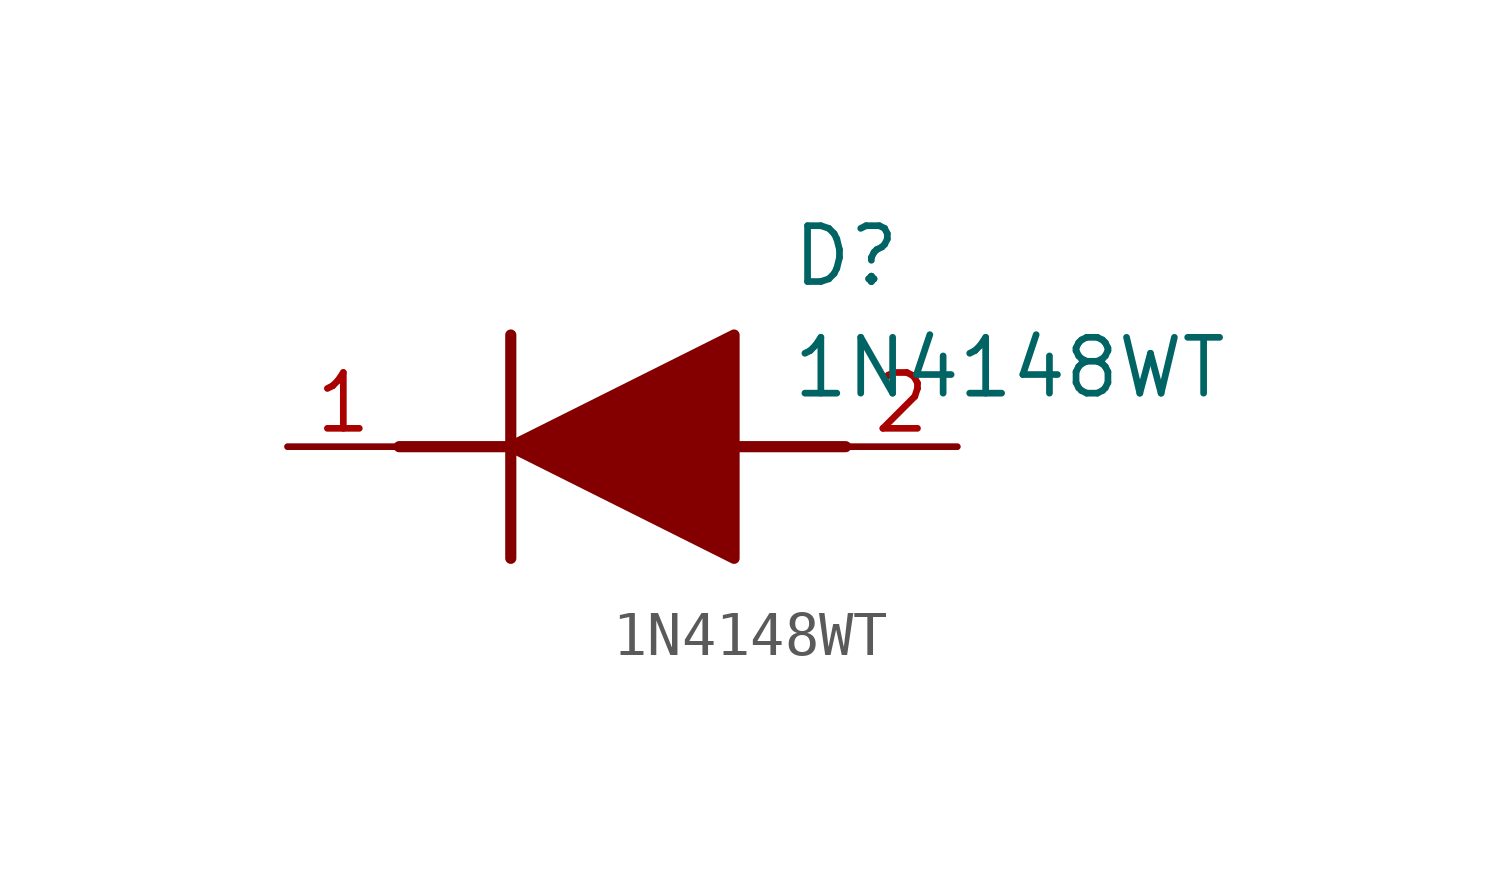
<source format=kicad_sym>
(kicad_symbol_lib
  (version 20211014)
  (generator SamacSys_ECAD_Model)
  (symbol "1N4148WT"
    (pin_names hide)
    (property "Reference" "D"
      (at 11.43 5.08 0)
      (effects (font (size 1.27 1.27)) (justify left top)))
    (property "Value" "1N4148WT"
      (at 11.43 2.54 0)
      (effects (font (size 1.27 1.27)) (justify left top)))
    (polyline
      (pts (xy 5.08 2.54) (xy 5.08 -2.54))
      (stroke (width 0.254) (type default))
      (fill (type none)))
    (polyline
      (pts (xy 2.54 0) (xy 5.08 0))
      (stroke (width 0.254) (type default))
      (fill (type none)))
    (polyline
      (pts (xy 10.16 0) (xy 12.7 0))
      (stroke (width 0.254) (type default))
      (fill (type none)))
    (polyline
      (pts (xy 5.08 0) (xy 10.16 2.54) (xy 10.16 -2.54) (xy 5.08 0))
      (stroke (width 0.254) (type default))
      (fill (type outline)))
    (pin passive line
      (at 0 0 0)
      (length 2.54)
      (name "K" (effects (font (size 1.27 1.27))))
      (number "1" (effects (font (size 1.27 1.27)))))
    (pin passive line
      (at 15.24 0 180)
      (length 2.54)
      (name "A" (effects (font (size 1.27 1.27))))
      (number "2" (effects (font (size 1.27 1.27)))))))
</source>
